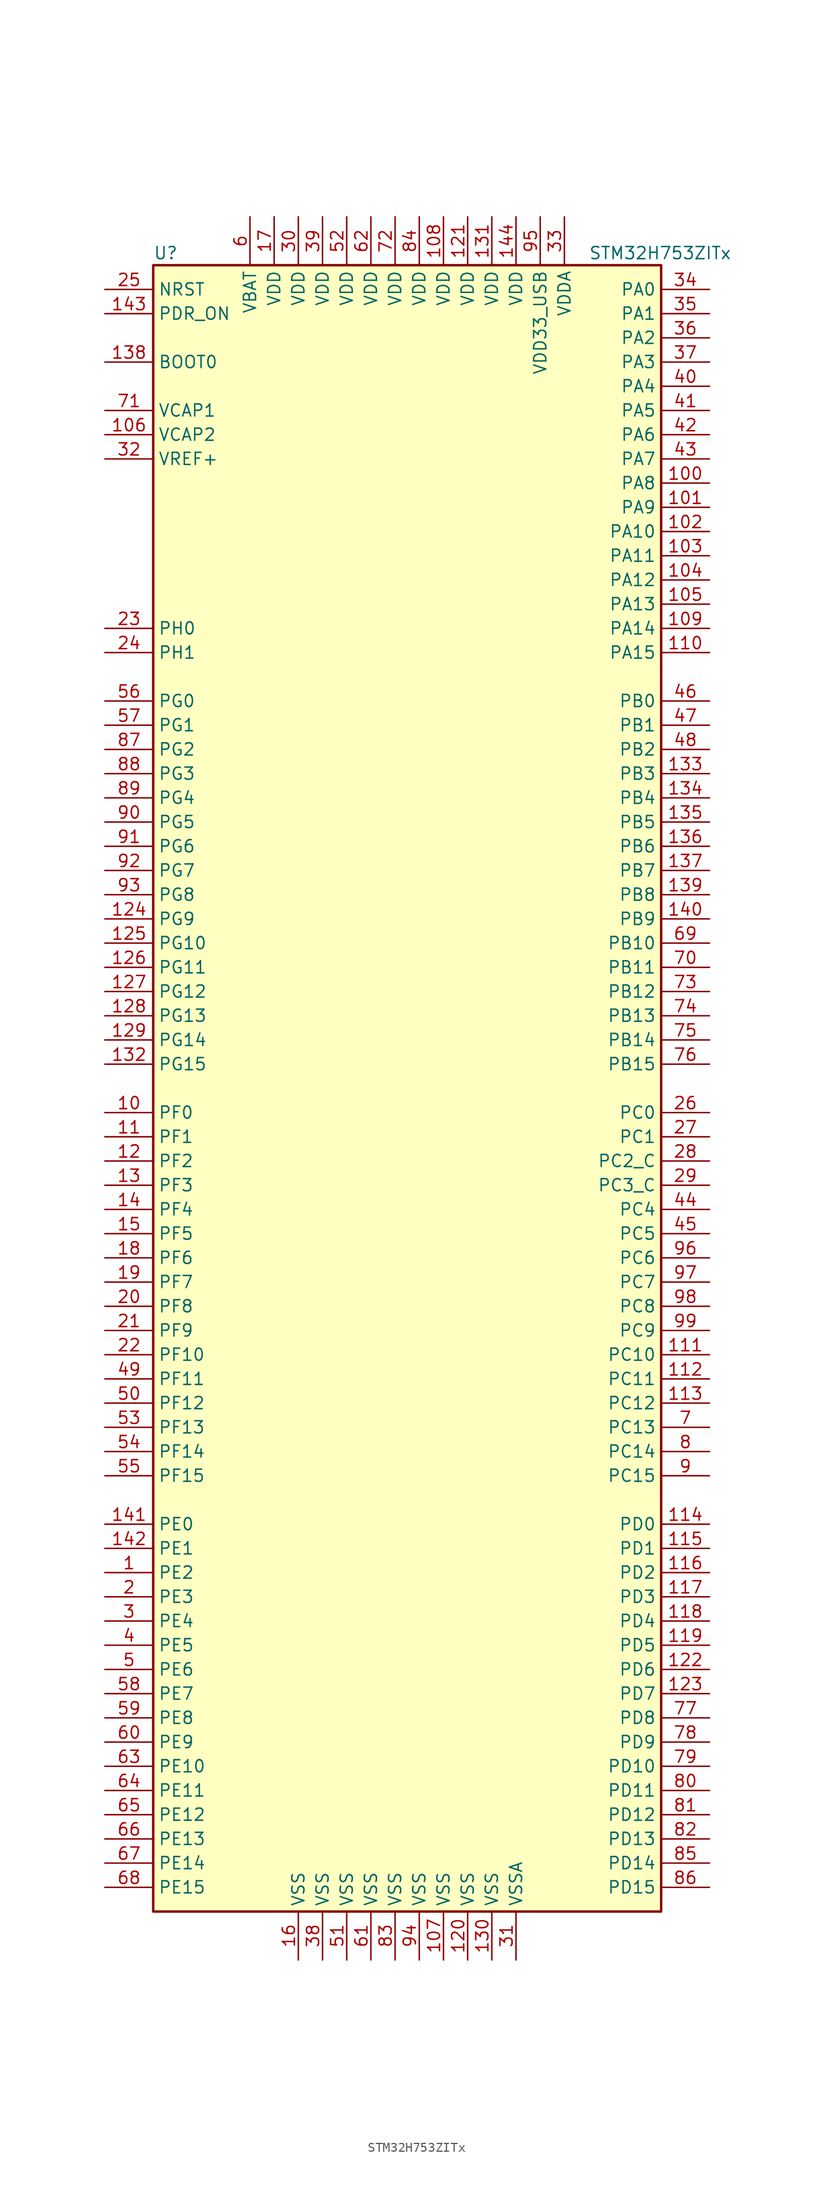
<source format=kicad_sym>
(kicad_symbol_lib
  (version 20220914)
  (generator kicad_symbol_editor)
  (symbol "STM32H753ZITx"
    (property "Reference" "U"
      (at -27.94 87.63 0)
      (effects (font (size 1.27 1.27)) (justify left)))
    (property "Value" "STM32H753ZITx"
      (at 17.78 87.63 0)
      (effects (font (size 1.27 1.27)) (justify left)))
    (symbol "STM32H753ZITx_0_1"
      (rectangle (start -27.94 -86.36) (end 25.4 86.36) (stroke (width 0.254) (type default)) (fill (type background))))
    (symbol "STM32H753ZITx_1_1"
      (pin bidirectional line (at -33.02 -50.8 0) (length 5.08) (name "PE2" (effects (font (size 1.27 1.27)))) (number "1" (effects (font (size 1.27 1.27)))))
      (pin bidirectional line (at -33.02 -2.54 0) (length 5.08) (name "PF0" (effects (font (size 1.27 1.27)))) (number "10" (effects (font (size 1.27 1.27)))))
      (pin bidirectional line (at 30.48 63.5 180) (length 5.08) (name "PA8" (effects (font (size 1.27 1.27)))) (number "100" (effects (font (size 1.27 1.27)))))
      (pin bidirectional line (at 30.48 60.96 180) (length 5.08) (name "PA9" (effects (font (size 1.27 1.27)))) (number "101" (effects (font (size 1.27 1.27)))))
      (pin bidirectional line (at 30.48 58.42 180) (length 5.08) (name "PA10" (effects (font (size 1.27 1.27)))) (number "102" (effects (font (size 1.27 1.27)))))
      (pin bidirectional line (at 30.48 55.88 180) (length 5.08) (name "PA11" (effects (font (size 1.27 1.27)))) (number "103" (effects (font (size 1.27 1.27)))))
      (pin bidirectional line (at 30.48 53.34 180) (length 5.08) (name "PA12" (effects (font (size 1.27 1.27)))) (number "104" (effects (font (size 1.27 1.27)))))
      (pin bidirectional line (at 30.48 50.8 180) (length 5.08) (name "PA13" (effects (font (size 1.27 1.27)))) (number "105" (effects (font (size 1.27 1.27)))))
      (pin power_in line (at -33.02 68.58 0) (length 5.08) (name "VCAP2" (effects (font (size 1.27 1.27)))) (number "106" (effects (font (size 1.27 1.27)))))
      (pin power_in line (at 2.54 -91.44 90) (length 5.08) (name "VSS" (effects (font (size 1.27 1.27)))) (number "107" (effects (font (size 1.27 1.27)))))
      (pin power_in line (at 2.54 91.44 270) (length 5.08) (name "VDD" (effects (font (size 1.27 1.27)))) (number "108" (effects (font (size 1.27 1.27)))))
      (pin bidirectional line (at 30.48 48.26 180) (length 5.08) (name "PA14" (effects (font (size 1.27 1.27)))) (number "109" (effects (font (size 1.27 1.27)))))
      (pin bidirectional line (at -33.02 -5.08 0) (length 5.08) (name "PF1" (effects (font (size 1.27 1.27)))) (number "11" (effects (font (size 1.27 1.27)))))
      (pin bidirectional line (at 30.48 45.72 180) (length 5.08) (name "PA15" (effects (font (size 1.27 1.27)))) (number "110" (effects (font (size 1.27 1.27)))))
      (pin bidirectional line (at 30.48 -27.94 180) (length 5.08) (name "PC10" (effects (font (size 1.27 1.27)))) (number "111" (effects (font (size 1.27 1.27)))))
      (pin bidirectional line (at 30.48 -30.48 180) (length 5.08) (name "PC11" (effects (font (size 1.27 1.27)))) (number "112" (effects (font (size 1.27 1.27)))))
      (pin bidirectional line (at 30.48 -33.02 180) (length 5.08) (name "PC12" (effects (font (size 1.27 1.27)))) (number "113" (effects (font (size 1.27 1.27)))))
      (pin bidirectional line (at 30.48 -45.72 180) (length 5.08) (name "PD0" (effects (font (size 1.27 1.27)))) (number "114" (effects (font (size 1.27 1.27)))))
      (pin bidirectional line (at 30.48 -48.26 180) (length 5.08) (name "PD1" (effects (font (size 1.27 1.27)))) (number "115" (effects (font (size 1.27 1.27)))))
      (pin bidirectional line (at 30.48 -50.8 180) (length 5.08) (name "PD2" (effects (font (size 1.27 1.27)))) (number "116" (effects (font (size 1.27 1.27)))))
      (pin bidirectional line (at 30.48 -53.34 180) (length 5.08) (name "PD3" (effects (font (size 1.27 1.27)))) (number "117" (effects (font (size 1.27 1.27)))))
      (pin bidirectional line (at 30.48 -55.88 180) (length 5.08) (name "PD4" (effects (font (size 1.27 1.27)))) (number "118" (effects (font (size 1.27 1.27)))))
      (pin bidirectional line (at 30.48 -58.42 180) (length 5.08) (name "PD5" (effects (font (size 1.27 1.27)))) (number "119" (effects (font (size 1.27 1.27)))))
      (pin bidirectional line (at -33.02 -7.62 0) (length 5.08) (name "PF2" (effects (font (size 1.27 1.27)))) (number "12" (effects (font (size 1.27 1.27)))))
      (pin power_in line (at 5.08 -91.44 90) (length 5.08) (name "VSS" (effects (font (size 1.27 1.27)))) (number "120" (effects (font (size 1.27 1.27)))))
      (pin power_in line (at 5.08 91.44 270) (length 5.08) (name "VDD" (effects (font (size 1.27 1.27)))) (number "121" (effects (font (size 1.27 1.27)))))
      (pin bidirectional line (at 30.48 -60.96 180) (length 5.08) (name "PD6" (effects (font (size 1.27 1.27)))) (number "122" (effects (font (size 1.27 1.27)))))
      (pin bidirectional line (at 30.48 -63.5 180) (length 5.08) (name "PD7" (effects (font (size 1.27 1.27)))) (number "123" (effects (font (size 1.27 1.27)))))
      (pin bidirectional line (at -33.02 17.78 0) (length 5.08) (name "PG9" (effects (font (size 1.27 1.27)))) (number "124" (effects (font (size 1.27 1.27)))))
      (pin bidirectional line (at -33.02 15.24 0) (length 5.08) (name "PG10" (effects (font (size 1.27 1.27)))) (number "125" (effects (font (size 1.27 1.27)))))
      (pin bidirectional line (at -33.02 12.7 0) (length 5.08) (name "PG11" (effects (font (size 1.27 1.27)))) (number "126" (effects (font (size 1.27 1.27)))))
      (pin bidirectional line (at -33.02 10.16 0) (length 5.08) (name "PG12" (effects (font (size 1.27 1.27)))) (number "127" (effects (font (size 1.27 1.27)))))
      (pin bidirectional line (at -33.02 7.62 0) (length 5.08) (name "PG13" (effects (font (size 1.27 1.27)))) (number "128" (effects (font (size 1.27 1.27)))))
      (pin bidirectional line (at -33.02 5.08 0) (length 5.08) (name "PG14" (effects (font (size 1.27 1.27)))) (number "129" (effects (font (size 1.27 1.27)))))
      (pin bidirectional line (at -33.02 -10.16 0) (length 5.08) (name "PF3" (effects (font (size 1.27 1.27)))) (number "13" (effects (font (size 1.27 1.27)))))
      (pin power_in line (at 7.62 -91.44 90) (length 5.08) (name "VSS" (effects (font (size 1.27 1.27)))) (number "130" (effects (font (size 1.27 1.27)))))
      (pin power_in line (at 7.62 91.44 270) (length 5.08) (name "VDD" (effects (font (size 1.27 1.27)))) (number "131" (effects (font (size 1.27 1.27)))))
      (pin bidirectional line (at -33.02 2.54 0) (length 5.08) (name "PG15" (effects (font (size 1.27 1.27)))) (number "132" (effects (font (size 1.27 1.27)))))
      (pin bidirectional line (at 30.48 33.02 180) (length 5.08) (name "PB3" (effects (font (size 1.27 1.27)))) (number "133" (effects (font (size 1.27 1.27)))))
      (pin bidirectional line (at 30.48 30.48 180) (length 5.08) (name "PB4" (effects (font (size 1.27 1.27)))) (number "134" (effects (font (size 1.27 1.27)))))
      (pin bidirectional line (at 30.48 27.94 180) (length 5.08) (name "PB5" (effects (font (size 1.27 1.27)))) (number "135" (effects (font (size 1.27 1.27)))))
      (pin bidirectional line (at 30.48 25.4 180) (length 5.08) (name "PB6" (effects (font (size 1.27 1.27)))) (number "136" (effects (font (size 1.27 1.27)))))
      (pin bidirectional line (at 30.48 22.86 180) (length 5.08) (name "PB7" (effects (font (size 1.27 1.27)))) (number "137" (effects (font (size 1.27 1.27)))))
      (pin input line (at -33.02 76.2 0) (length 5.08) (name "BOOT0" (effects (font (size 1.27 1.27)))) (number "138" (effects (font (size 1.27 1.27)))))
      (pin bidirectional line (at 30.48 20.32 180) (length 5.08) (name "PB8" (effects (font (size 1.27 1.27)))) (number "139" (effects (font (size 1.27 1.27)))))
      (pin bidirectional line (at -33.02 -12.7 0) (length 5.08) (name "PF4" (effects (font (size 1.27 1.27)))) (number "14" (effects (font (size 1.27 1.27)))))
      (pin bidirectional line (at 30.48 17.78 180) (length 5.08) (name "PB9" (effects (font (size 1.27 1.27)))) (number "140" (effects (font (size 1.27 1.27)))))
      (pin bidirectional line (at -33.02 -45.72 0) (length 5.08) (name "PE0" (effects (font (size 1.27 1.27)))) (number "141" (effects (font (size 1.27 1.27)))))
      (pin bidirectional line (at -33.02 -48.26 0) (length 5.08) (name "PE1" (effects (font (size 1.27 1.27)))) (number "142" (effects (font (size 1.27 1.27)))))
      (pin input line (at -33.02 81.28 0) (length 5.08) (name "PDR_ON" (effects (font (size 1.27 1.27)))) (number "143" (effects (font (size 1.27 1.27)))))
      (pin power_in line (at 10.16 91.44 270) (length 5.08) (name "VDD" (effects (font (size 1.27 1.27)))) (number "144" (effects (font (size 1.27 1.27)))))
      (pin bidirectional line (at -33.02 -15.24 0) (length 5.08) (name "PF5" (effects (font (size 1.27 1.27)))) (number "15" (effects (font (size 1.27 1.27)))))
      (pin power_in line (at -12.7 -91.44 90) (length 5.08) (name "VSS" (effects (font (size 1.27 1.27)))) (number "16" (effects (font (size 1.27 1.27)))))
      (pin power_in line (at -15.24 91.44 270) (length 5.08) (name "VDD" (effects (font (size 1.27 1.27)))) (number "17" (effects (font (size 1.27 1.27)))))
      (pin bidirectional line (at -33.02 -17.78 0) (length 5.08) (name "PF6" (effects (font (size 1.27 1.27)))) (number "18" (effects (font (size 1.27 1.27)))))
      (pin bidirectional line (at -33.02 -20.32 0) (length 5.08) (name "PF7" (effects (font (size 1.27 1.27)))) (number "19" (effects (font (size 1.27 1.27)))))
      (pin bidirectional line (at -33.02 -53.34 0) (length 5.08) (name "PE3" (effects (font (size 1.27 1.27)))) (number "2" (effects (font (size 1.27 1.27)))))
      (pin bidirectional line (at -33.02 -22.86 0) (length 5.08) (name "PF8" (effects (font (size 1.27 1.27)))) (number "20" (effects (font (size 1.27 1.27)))))
      (pin bidirectional line (at -33.02 -25.4 0) (length 5.08) (name "PF9" (effects (font (size 1.27 1.27)))) (number "21" (effects (font (size 1.27 1.27)))))
      (pin bidirectional line (at -33.02 -27.94 0) (length 5.08) (name "PF10" (effects (font (size 1.27 1.27)))) (number "22" (effects (font (size 1.27 1.27)))))
      (pin input line (at -33.02 48.26 0) (length 5.08) (name "PH0" (effects (font (size 1.27 1.27)))) (number "23" (effects (font (size 1.27 1.27)))))
      (pin input line (at -33.02 45.72 0) (length 5.08) (name "PH1" (effects (font (size 1.27 1.27)))) (number "24" (effects (font (size 1.27 1.27)))))
      (pin input line (at -33.02 83.82 0) (length 5.08) (name "NRST" (effects (font (size 1.27 1.27)))) (number "25" (effects (font (size 1.27 1.27)))))
      (pin bidirectional line (at 30.48 -2.54 180) (length 5.08) (name "PC0" (effects (font (size 1.27 1.27)))) (number "26" (effects (font (size 1.27 1.27)))))
      (pin bidirectional line (at 30.48 -5.08 180) (length 5.08) (name "PC1" (effects (font (size 1.27 1.27)))) (number "27" (effects (font (size 1.27 1.27)))))
      (pin bidirectional line (at 30.48 -7.62 180) (length 5.08) (name "PC2_C" (effects (font (size 1.27 1.27)))) (number "28" (effects (font (size 1.27 1.27)))))
      (pin bidirectional line (at 30.48 -10.16 180) (length 5.08) (name "PC3_C" (effects (font (size 1.27 1.27)))) (number "29" (effects (font (size 1.27 1.27)))))
      (pin bidirectional line (at -33.02 -55.88 0) (length 5.08) (name "PE4" (effects (font (size 1.27 1.27)))) (number "3" (effects (font (size 1.27 1.27)))))
      (pin power_in line (at -12.7 91.44 270) (length 5.08) (name "VDD" (effects (font (size 1.27 1.27)))) (number "30" (effects (font (size 1.27 1.27)))))
      (pin power_in line (at 10.16 -91.44 90) (length 5.08) (name "VSSA" (effects (font (size 1.27 1.27)))) (number "31" (effects (font (size 1.27 1.27)))))
      (pin bidirectional line (at -33.02 66.04 0) (length 5.08) (name "VREF+" (effects (font (size 1.27 1.27)))) (number "32" (effects (font (size 1.27 1.27)))))
      (pin power_in line (at 15.24 91.44 270) (length 5.08) (name "VDDA" (effects (font (size 1.27 1.27)))) (number "33" (effects (font (size 1.27 1.27)))))
      (pin bidirectional line (at 30.48 83.82 180) (length 5.08) (name "PA0" (effects (font (size 1.27 1.27)))) (number "34" (effects (font (size 1.27 1.27)))))
      (pin bidirectional line (at 30.48 81.28 180) (length 5.08) (name "PA1" (effects (font (size 1.27 1.27)))) (number "35" (effects (font (size 1.27 1.27)))))
      (pin bidirectional line (at 30.48 78.74 180) (length 5.08) (name "PA2" (effects (font (size 1.27 1.27)))) (number "36" (effects (font (size 1.27 1.27)))))
      (pin bidirectional line (at 30.48 76.2 180) (length 5.08) (name "PA3" (effects (font (size 1.27 1.27)))) (number "37" (effects (font (size 1.27 1.27)))))
      (pin power_in line (at -10.16 -91.44 90) (length 5.08) (name "VSS" (effects (font (size 1.27 1.27)))) (number "38" (effects (font (size 1.27 1.27)))))
      (pin power_in line (at -10.16 91.44 270) (length 5.08) (name "VDD" (effects (font (size 1.27 1.27)))) (number "39" (effects (font (size 1.27 1.27)))))
      (pin bidirectional line (at -33.02 -58.42 0) (length 5.08) (name "PE5" (effects (font (size 1.27 1.27)))) (number "4" (effects (font (size 1.27 1.27)))))
      (pin bidirectional line (at 30.48 73.66 180) (length 5.08) (name "PA4" (effects (font (size 1.27 1.27)))) (number "40" (effects (font (size 1.27 1.27)))))
      (pin bidirectional line (at 30.48 71.12 180) (length 5.08) (name "PA5" (effects (font (size 1.27 1.27)))) (number "41" (effects (font (size 1.27 1.27)))))
      (pin bidirectional line (at 30.48 68.58 180) (length 5.08) (name "PA6" (effects (font (size 1.27 1.27)))) (number "42" (effects (font (size 1.27 1.27)))))
      (pin bidirectional line (at 30.48 66.04 180) (length 5.08) (name "PA7" (effects (font (size 1.27 1.27)))) (number "43" (effects (font (size 1.27 1.27)))))
      (pin bidirectional line (at 30.48 -12.7 180) (length 5.08) (name "PC4" (effects (font (size 1.27 1.27)))) (number "44" (effects (font (size 1.27 1.27)))))
      (pin bidirectional line (at 30.48 -15.24 180) (length 5.08) (name "PC5" (effects (font (size 1.27 1.27)))) (number "45" (effects (font (size 1.27 1.27)))))
      (pin bidirectional line (at 30.48 40.64 180) (length 5.08) (name "PB0" (effects (font (size 1.27 1.27)))) (number "46" (effects (font (size 1.27 1.27)))))
      (pin bidirectional line (at 30.48 38.1 180) (length 5.08) (name "PB1" (effects (font (size 1.27 1.27)))) (number "47" (effects (font (size 1.27 1.27)))))
      (pin bidirectional line (at 30.48 35.56 180) (length 5.08) (name "PB2" (effects (font (size 1.27 1.27)))) (number "48" (effects (font (size 1.27 1.27)))))
      (pin bidirectional line (at -33.02 -30.48 0) (length 5.08) (name "PF11" (effects (font (size 1.27 1.27)))) (number "49" (effects (font (size 1.27 1.27)))))
      (pin bidirectional line (at -33.02 -60.96 0) (length 5.08) (name "PE6" (effects (font (size 1.27 1.27)))) (number "5" (effects (font (size 1.27 1.27)))))
      (pin bidirectional line (at -33.02 -33.02 0) (length 5.08) (name "PF12" (effects (font (size 1.27 1.27)))) (number "50" (effects (font (size 1.27 1.27)))))
      (pin power_in line (at -7.62 -91.44 90) (length 5.08) (name "VSS" (effects (font (size 1.27 1.27)))) (number "51" (effects (font (size 1.27 1.27)))))
      (pin power_in line (at -7.62 91.44 270) (length 5.08) (name "VDD" (effects (font (size 1.27 1.27)))) (number "52" (effects (font (size 1.27 1.27)))))
      (pin bidirectional line (at -33.02 -35.56 0) (length 5.08) (name "PF13" (effects (font (size 1.27 1.27)))) (number "53" (effects (font (size 1.27 1.27)))))
      (pin bidirectional line (at -33.02 -38.1 0) (length 5.08) (name "PF14" (effects (font (size 1.27 1.27)))) (number "54" (effects (font (size 1.27 1.27)))))
      (pin bidirectional line (at -33.02 -40.64 0) (length 5.08) (name "PF15" (effects (font (size 1.27 1.27)))) (number "55" (effects (font (size 1.27 1.27)))))
      (pin bidirectional line (at -33.02 40.64 0) (length 5.08) (name "PG0" (effects (font (size 1.27 1.27)))) (number "56" (effects (font (size 1.27 1.27)))))
      (pin bidirectional line (at -33.02 38.1 0) (length 5.08) (name "PG1" (effects (font (size 1.27 1.27)))) (number "57" (effects (font (size 1.27 1.27)))))
      (pin bidirectional line (at -33.02 -63.5 0) (length 5.08) (name "PE7" (effects (font (size 1.27 1.27)))) (number "58" (effects (font (size 1.27 1.27)))))
      (pin bidirectional line (at -33.02 -66.04 0) (length 5.08) (name "PE8" (effects (font (size 1.27 1.27)))) (number "59" (effects (font (size 1.27 1.27)))))
      (pin power_in line (at -17.78 91.44 270) (length 5.08) (name "VBAT" (effects (font (size 1.27 1.27)))) (number "6" (effects (font (size 1.27 1.27)))))
      (pin bidirectional line (at -33.02 -68.58 0) (length 5.08) (name "PE9" (effects (font (size 1.27 1.27)))) (number "60" (effects (font (size 1.27 1.27)))))
      (pin power_in line (at -5.08 -91.44 90) (length 5.08) (name "VSS" (effects (font (size 1.27 1.27)))) (number "61" (effects (font (size 1.27 1.27)))))
      (pin power_in line (at -5.08 91.44 270) (length 5.08) (name "VDD" (effects (font (size 1.27 1.27)))) (number "62" (effects (font (size 1.27 1.27)))))
      (pin bidirectional line (at -33.02 -71.12 0) (length 5.08) (name "PE10" (effects (font (size 1.27 1.27)))) (number "63" (effects (font (size 1.27 1.27)))))
      (pin bidirectional line (at -33.02 -73.66 0) (length 5.08) (name "PE11" (effects (font (size 1.27 1.27)))) (number "64" (effects (font (size 1.27 1.27)))))
      (pin bidirectional line (at -33.02 -76.2 0) (length 5.08) (name "PE12" (effects (font (size 1.27 1.27)))) (number "65" (effects (font (size 1.27 1.27)))))
      (pin bidirectional line (at -33.02 -78.74 0) (length 5.08) (name "PE13" (effects (font (size 1.27 1.27)))) (number "66" (effects (font (size 1.27 1.27)))))
      (pin bidirectional line (at -33.02 -81.28 0) (length 5.08) (name "PE14" (effects (font (size 1.27 1.27)))) (number "67" (effects (font (size 1.27 1.27)))))
      (pin bidirectional line (at -33.02 -83.82 0) (length 5.08) (name "PE15" (effects (font (size 1.27 1.27)))) (number "68" (effects (font (size 1.27 1.27)))))
      (pin bidirectional line (at 30.48 15.24 180) (length 5.08) (name "PB10" (effects (font (size 1.27 1.27)))) (number "69" (effects (font (size 1.27 1.27)))))
      (pin bidirectional line (at 30.48 -35.56 180) (length 5.08) (name "PC13" (effects (font (size 1.27 1.27)))) (number "7" (effects (font (size 1.27 1.27)))))
      (pin bidirectional line (at 30.48 12.7 180) (length 5.08) (name "PB11" (effects (font (size 1.27 1.27)))) (number "70" (effects (font (size 1.27 1.27)))))
      (pin power_in line (at -33.02 71.12 0) (length 5.08) (name "VCAP1" (effects (font (size 1.27 1.27)))) (number "71" (effects (font (size 1.27 1.27)))))
      (pin power_in line (at -2.54 91.44 270) (length 5.08) (name "VDD" (effects (font (size 1.27 1.27)))) (number "72" (effects (font (size 1.27 1.27)))))
      (pin bidirectional line (at 30.48 10.16 180) (length 5.08) (name "PB12" (effects (font (size 1.27 1.27)))) (number "73" (effects (font (size 1.27 1.27)))))
      (pin bidirectional line (at 30.48 7.62 180) (length 5.08) (name "PB13" (effects (font (size 1.27 1.27)))) (number "74" (effects (font (size 1.27 1.27)))))
      (pin bidirectional line (at 30.48 5.08 180) (length 5.08) (name "PB14" (effects (font (size 1.27 1.27)))) (number "75" (effects (font (size 1.27 1.27)))))
      (pin bidirectional line (at 30.48 2.54 180) (length 5.08) (name "PB15" (effects (font (size 1.27 1.27)))) (number "76" (effects (font (size 1.27 1.27)))))
      (pin bidirectional line (at 30.48 -66.04 180) (length 5.08) (name "PD8" (effects (font (size 1.27 1.27)))) (number "77" (effects (font (size 1.27 1.27)))))
      (pin bidirectional line (at 30.48 -68.58 180) (length 5.08) (name "PD9" (effects (font (size 1.27 1.27)))) (number "78" (effects (font (size 1.27 1.27)))))
      (pin bidirectional line (at 30.48 -71.12 180) (length 5.08) (name "PD10" (effects (font (size 1.27 1.27)))) (number "79" (effects (font (size 1.27 1.27)))))
      (pin bidirectional line (at 30.48 -38.1 180) (length 5.08) (name "PC14" (effects (font (size 1.27 1.27)))) (number "8" (effects (font (size 1.27 1.27)))))
      (pin bidirectional line (at 30.48 -73.66 180) (length 5.08) (name "PD11" (effects (font (size 1.27 1.27)))) (number "80" (effects (font (size 1.27 1.27)))))
      (pin bidirectional line (at 30.48 -76.2 180) (length 5.08) (name "PD12" (effects (font (size 1.27 1.27)))) (number "81" (effects (font (size 1.27 1.27)))))
      (pin bidirectional line (at 30.48 -78.74 180) (length 5.08) (name "PD13" (effects (font (size 1.27 1.27)))) (number "82" (effects (font (size 1.27 1.27)))))
      (pin power_in line (at -2.54 -91.44 90) (length 5.08) (name "VSS" (effects (font (size 1.27 1.27)))) (number "83" (effects (font (size 1.27 1.27)))))
      (pin power_in line (at 0 91.44 270) (length 5.08) (name "VDD" (effects (font (size 1.27 1.27)))) (number "84" (effects (font (size 1.27 1.27)))))
      (pin bidirectional line (at 30.48 -81.28 180) (length 5.08) (name "PD14" (effects (font (size 1.27 1.27)))) (number "85" (effects (font (size 1.27 1.27)))))
      (pin bidirectional line (at 30.48 -83.82 180) (length 5.08) (name "PD15" (effects (font (size 1.27 1.27)))) (number "86" (effects (font (size 1.27 1.27)))))
      (pin bidirectional line (at -33.02 35.56 0) (length 5.08) (name "PG2" (effects (font (size 1.27 1.27)))) (number "87" (effects (font (size 1.27 1.27)))))
      (pin bidirectional line (at -33.02 33.02 0) (length 5.08) (name "PG3" (effects (font (size 1.27 1.27)))) (number "88" (effects (font (size 1.27 1.27)))))
      (pin bidirectional line (at -33.02 30.48 0) (length 5.08) (name "PG4" (effects (font (size 1.27 1.27)))) (number "89" (effects (font (size 1.27 1.27)))))
      (pin bidirectional line (at 30.48 -40.64 180) (length 5.08) (name "PC15" (effects (font (size 1.27 1.27)))) (number "9" (effects (font (size 1.27 1.27)))))
      (pin bidirectional line (at -33.02 27.94 0) (length 5.08) (name "PG5" (effects (font (size 1.27 1.27)))) (number "90" (effects (font (size 1.27 1.27)))))
      (pin bidirectional line (at -33.02 25.4 0) (length 5.08) (name "PG6" (effects (font (size 1.27 1.27)))) (number "91" (effects (font (size 1.27 1.27)))))
      (pin bidirectional line (at -33.02 22.86 0) (length 5.08) (name "PG7" (effects (font (size 1.27 1.27)))) (number "92" (effects (font (size 1.27 1.27)))))
      (pin bidirectional line (at -33.02 20.32 0) (length 5.08) (name "PG8" (effects (font (size 1.27 1.27)))) (number "93" (effects (font (size 1.27 1.27)))))
      (pin power_in line (at 0 -91.44 90) (length 5.08) (name "VSS" (effects (font (size 1.27 1.27)))) (number "94" (effects (font (size 1.27 1.27)))))
      (pin power_in line (at 12.7 91.44 270) (length 5.08) (name "VDD33_USB" (effects (font (size 1.27 1.27)))) (number "95" (effects (font (size 1.27 1.27)))))
      (pin bidirectional line (at 30.48 -17.78 180) (length 5.08) (name "PC6" (effects (font (size 1.27 1.27)))) (number "96" (effects (font (size 1.27 1.27)))))
      (pin bidirectional line (at 30.48 -20.32 180) (length 5.08) (name "PC7" (effects (font (size 1.27 1.27)))) (number "97" (effects (font (size 1.27 1.27)))))
      (pin bidirectional line (at 30.48 -22.86 180) (length 5.08) (name "PC8" (effects (font (size 1.27 1.27)))) (number "98" (effects (font (size 1.27 1.27)))))
      (pin bidirectional line (at 30.48 -25.4 180) (length 5.08) (name "PC9" (effects (font (size 1.27 1.27)))) (number "99" (effects (font (size 1.27 1.27))))))))
</source>
